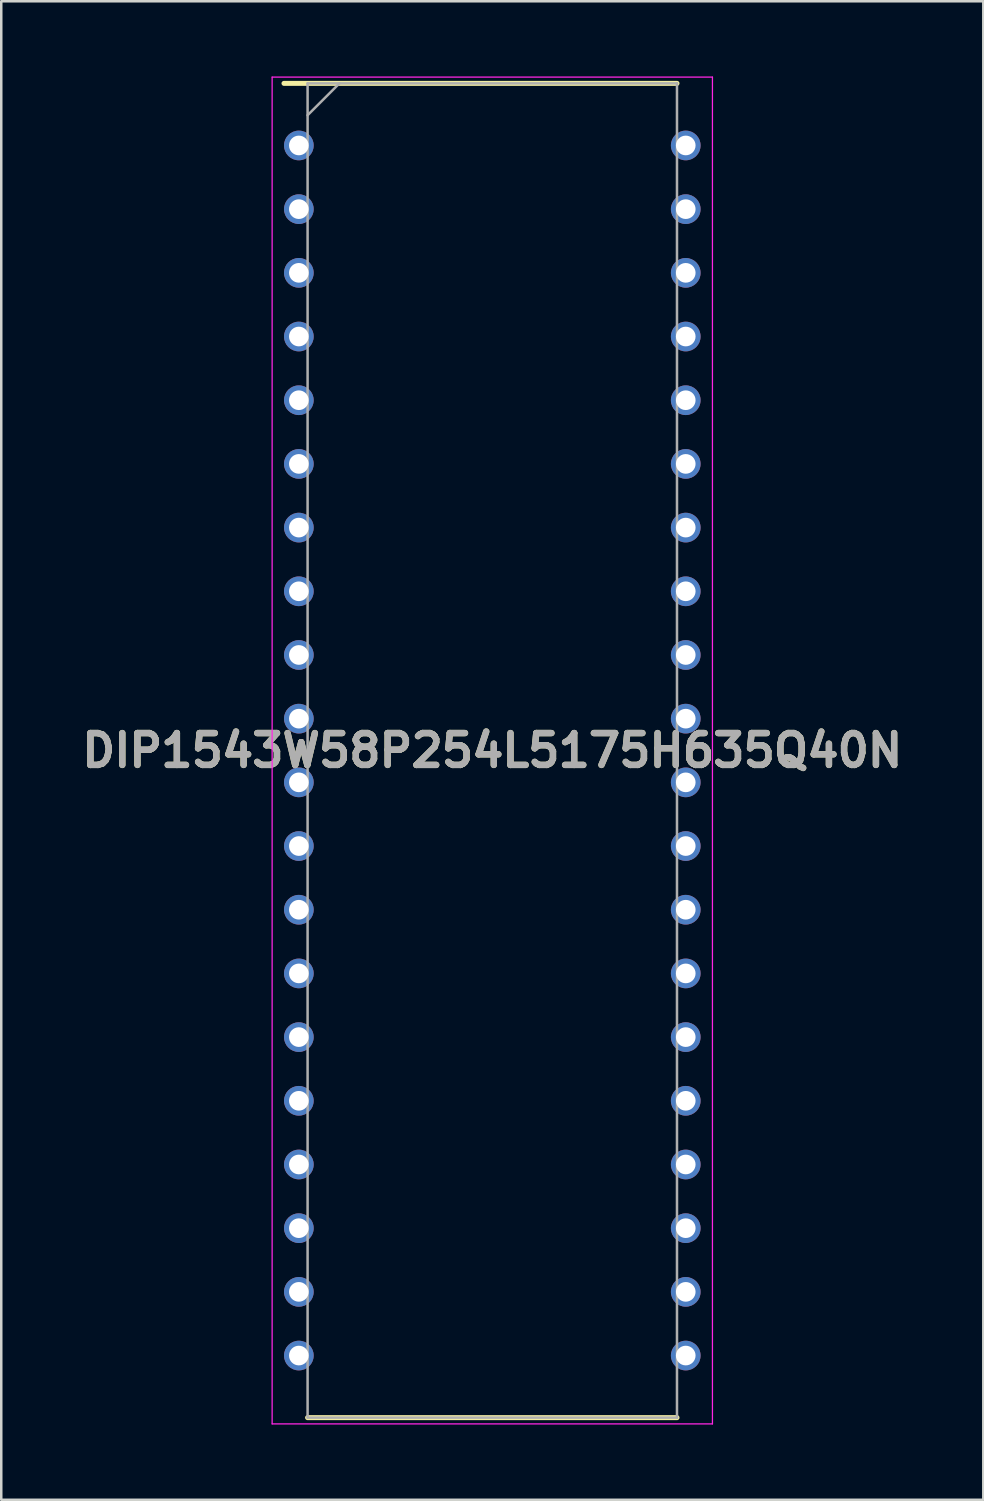
<source format=kicad_pcb>
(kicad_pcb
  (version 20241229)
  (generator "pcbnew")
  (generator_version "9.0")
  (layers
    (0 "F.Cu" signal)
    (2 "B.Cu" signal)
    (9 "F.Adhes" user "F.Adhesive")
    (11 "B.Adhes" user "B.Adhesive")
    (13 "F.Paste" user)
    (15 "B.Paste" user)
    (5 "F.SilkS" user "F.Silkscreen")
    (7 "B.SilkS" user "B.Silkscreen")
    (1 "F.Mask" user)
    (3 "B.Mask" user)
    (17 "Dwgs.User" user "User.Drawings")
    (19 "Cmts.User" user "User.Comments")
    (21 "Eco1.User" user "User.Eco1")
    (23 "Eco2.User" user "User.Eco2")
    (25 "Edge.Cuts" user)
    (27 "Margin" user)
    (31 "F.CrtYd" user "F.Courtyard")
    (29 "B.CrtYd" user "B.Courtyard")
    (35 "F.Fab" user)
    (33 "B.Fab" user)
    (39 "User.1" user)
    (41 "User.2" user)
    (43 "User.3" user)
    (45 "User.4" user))
  (footprint "DIP1543W58P254L5175H635Q40N"
    (layer "F.Cu")
    (at 16.583 26.881)
    (property "Reference" "DIP1543W58P254L5175H635Q40N" (at 0 0 0) (layer "F.SilkS") (effects (font (size 1.27 1.27) (thickness 0.254))))
    (attr through_hole)
    (fp_line (start -8.307 -26.606) (end 7.366 -26.606) (stroke (width 0.2) (type solid)) (layer "F.SilkS"))
    (fp_line (start -7.366 26.606) (end 7.366 26.606) (stroke (width 0.2) (type solid)) (layer "F.SilkS"))
    (fp_line (start -8.78 -26.856) (end 8.78 -26.856) (stroke (width 0.05) (type solid)) (layer "F.CrtYd"))
    (fp_line (start -8.78 26.856) (end -8.78 -26.856) (stroke (width 0.05) (type solid)) (layer "F.CrtYd"))
    (fp_line (start 8.78 -26.856) (end 8.78 26.856) (stroke (width 0.05) (type solid)) (layer "F.CrtYd"))
    (fp_line (start 8.78 26.856) (end -8.78 26.856) (stroke (width 0.05) (type solid)) (layer "F.CrtYd"))
    (fp_line (start -7.366 -26.606) (end 7.366 -26.606) (stroke (width 0.1) (type solid)) (layer "F.Fab"))
    (fp_line (start -7.366 -25.336) (end -6.096 -26.606) (stroke (width 0.1) (type solid)) (layer "F.Fab"))
    (fp_line (start -7.366 26.606) (end -7.366 -26.606) (stroke (width 0.1) (type solid)) (layer "F.Fab"))
    (fp_line (start 7.366 -26.606) (end 7.366 26.606) (stroke (width 0.1) (type solid)) (layer "F.Fab"))
    (fp_line (start 7.366 26.606) (end -7.366 26.606) (stroke (width 0.1) (type solid)) (layer "F.Fab"))
    (fp_text user "${REFERENCE}" (at 0 0 0) (layer "F.Fab") (effects (font (size 1.27 1.27) (thickness 0.254))))
    (pad "1" thru_hole circle (at -7.715 -24.13) (size 1.184 1.184) (drill 0.784) (layers "*.Cu" "*.Mask"))
    (pad "2" thru_hole circle (at -7.715 -21.59) (size 1.184 1.184) (drill 0.784) (layers "*.Cu" "*.Mask"))
    (pad "3" thru_hole circle (at -7.715 -19.05) (size 1.184 1.184) (drill 0.784) (layers "*.Cu" "*.Mask"))
    (pad "4" thru_hole circle (at -7.715 -16.51) (size 1.184 1.184) (drill 0.784) (layers "*.Cu" "*.Mask"))
    (pad "5" thru_hole circle (at -7.715 -13.97) (size 1.184 1.184) (drill 0.784) (layers "*.Cu" "*.Mask"))
    (pad "6" thru_hole circle (at -7.715 -11.43) (size 1.184 1.184) (drill 0.784) (layers "*.Cu" "*.Mask"))
    (pad "7" thru_hole circle (at -7.715 -8.89) (size 1.184 1.184) (drill 0.784) (layers "*.Cu" "*.Mask"))
    (pad "8" thru_hole circle (at -7.715 -6.35) (size 1.184 1.184) (drill 0.784) (layers "*.Cu" "*.Mask"))
    (pad "9" thru_hole circle (at -7.715 -3.81) (size 1.184 1.184) (drill 0.784) (layers "*.Cu" "*.Mask"))
    (pad "10" thru_hole circle (at -7.715 -1.27) (size 1.184 1.184) (drill 0.784) (layers "*.Cu" "*.Mask"))
    (pad "11" thru_hole circle (at -7.715 1.27) (size 1.184 1.184) (drill 0.784) (layers "*.Cu" "*.Mask"))
    (pad "12" thru_hole circle (at -7.715 3.81) (size 1.184 1.184) (drill 0.784) (layers "*.Cu" "*.Mask"))
    (pad "13" thru_hole circle (at -7.715 6.35) (size 1.184 1.184) (drill 0.784) (layers "*.Cu" "*.Mask"))
    (pad "14" thru_hole circle (at -7.715 8.89) (size 1.184 1.184) (drill 0.784) (layers "*.Cu" "*.Mask"))
    (pad "15" thru_hole circle (at -7.715 11.43) (size 1.184 1.184) (drill 0.784) (layers "*.Cu" "*.Mask"))
    (pad "16" thru_hole circle (at -7.715 13.97) (size 1.184 1.184) (drill 0.784) (layers "*.Cu" "*.Mask"))
    (pad "17" thru_hole circle (at -7.715 16.51) (size 1.184 1.184) (drill 0.784) (layers "*.Cu" "*.Mask"))
    (pad "18" thru_hole circle (at -7.715 19.05) (size 1.184 1.184) (drill 0.784) (layers "*.Cu" "*.Mask"))
    (pad "19" thru_hole circle (at -7.715 21.59) (size 1.184 1.184) (drill 0.784) (layers "*.Cu" "*.Mask"))
    (pad "20" thru_hole circle (at -7.715 24.13) (size 1.184 1.184) (drill 0.784) (layers "*.Cu" "*.Mask"))
    (pad "21" thru_hole circle (at 7.715 24.13) (size 1.184 1.184) (drill 0.784) (layers "*.Cu" "*.Mask"))
    (pad "22" thru_hole circle (at 7.715 21.59) (size 1.184 1.184) (drill 0.784) (layers "*.Cu" "*.Mask"))
    (pad "23" thru_hole circle (at 7.715 19.05) (size 1.184 1.184) (drill 0.784) (layers "*.Cu" "*.Mask"))
    (pad "24" thru_hole circle (at 7.715 16.51) (size 1.184 1.184) (drill 0.784) (layers "*.Cu" "*.Mask"))
    (pad "25" thru_hole circle (at 7.715 13.97) (size 1.184 1.184) (drill 0.784) (layers "*.Cu" "*.Mask"))
    (pad "26" thru_hole circle (at 7.715 11.43) (size 1.184 1.184) (drill 0.784) (layers "*.Cu" "*.Mask"))
    (pad "27" thru_hole circle (at 7.715 8.89) (size 1.184 1.184) (drill 0.784) (layers "*.Cu" "*.Mask"))
    (pad "28" thru_hole circle (at 7.715 6.35) (size 1.184 1.184) (drill 0.784) (layers "*.Cu" "*.Mask"))
    (pad "29" thru_hole circle (at 7.715 3.81) (size 1.184 1.184) (drill 0.784) (layers "*.Cu" "*.Mask"))
    (pad "30" thru_hole circle (at 7.715 1.27) (size 1.184 1.184) (drill 0.784) (layers "*.Cu" "*.Mask"))
    (pad "31" thru_hole circle (at 7.715 -1.27) (size 1.184 1.184) (drill 0.784) (layers "*.Cu" "*.Mask"))
    (pad "32" thru_hole circle (at 7.715 -3.81) (size 1.184 1.184) (drill 0.784) (layers "*.Cu" "*.Mask"))
    (pad "33" thru_hole circle (at 7.715 -6.35) (size 1.184 1.184) (drill 0.784) (layers "*.Cu" "*.Mask"))
    (pad "34" thru_hole circle (at 7.715 -8.89) (size 1.184 1.184) (drill 0.784) (layers "*.Cu" "*.Mask"))
    (pad "35" thru_hole circle (at 7.715 -11.43) (size 1.184 1.184) (drill 0.784) (layers "*.Cu" "*.Mask"))
    (pad "36" thru_hole circle (at 7.715 -13.97) (size 1.184 1.184) (drill 0.784) (layers "*.Cu" "*.Mask"))
    (pad "37" thru_hole circle (at 7.715 -16.51) (size 1.184 1.184) (drill 0.784) (layers "*.Cu" "*.Mask"))
    (pad "38" thru_hole circle (at 7.715 -19.05) (size 1.184 1.184) (drill 0.784) (layers "*.Cu" "*.Mask"))
    (pad "39" thru_hole circle (at 7.715 -21.59) (size 1.184 1.184) (drill 0.784) (layers "*.Cu" "*.Mask"))
    (pad "40" thru_hole circle (at 7.715 -24.13) (size 1.184 1.184) (drill 0.784) (layers "*.Cu" "*.Mask")))
  (gr_rect
    (start -3 -3)
    (end 36.165 56.762)
    (stroke (width 0.1) (type default))
    (fill no)
    (layer "Edge.Cuts")))
</source>
